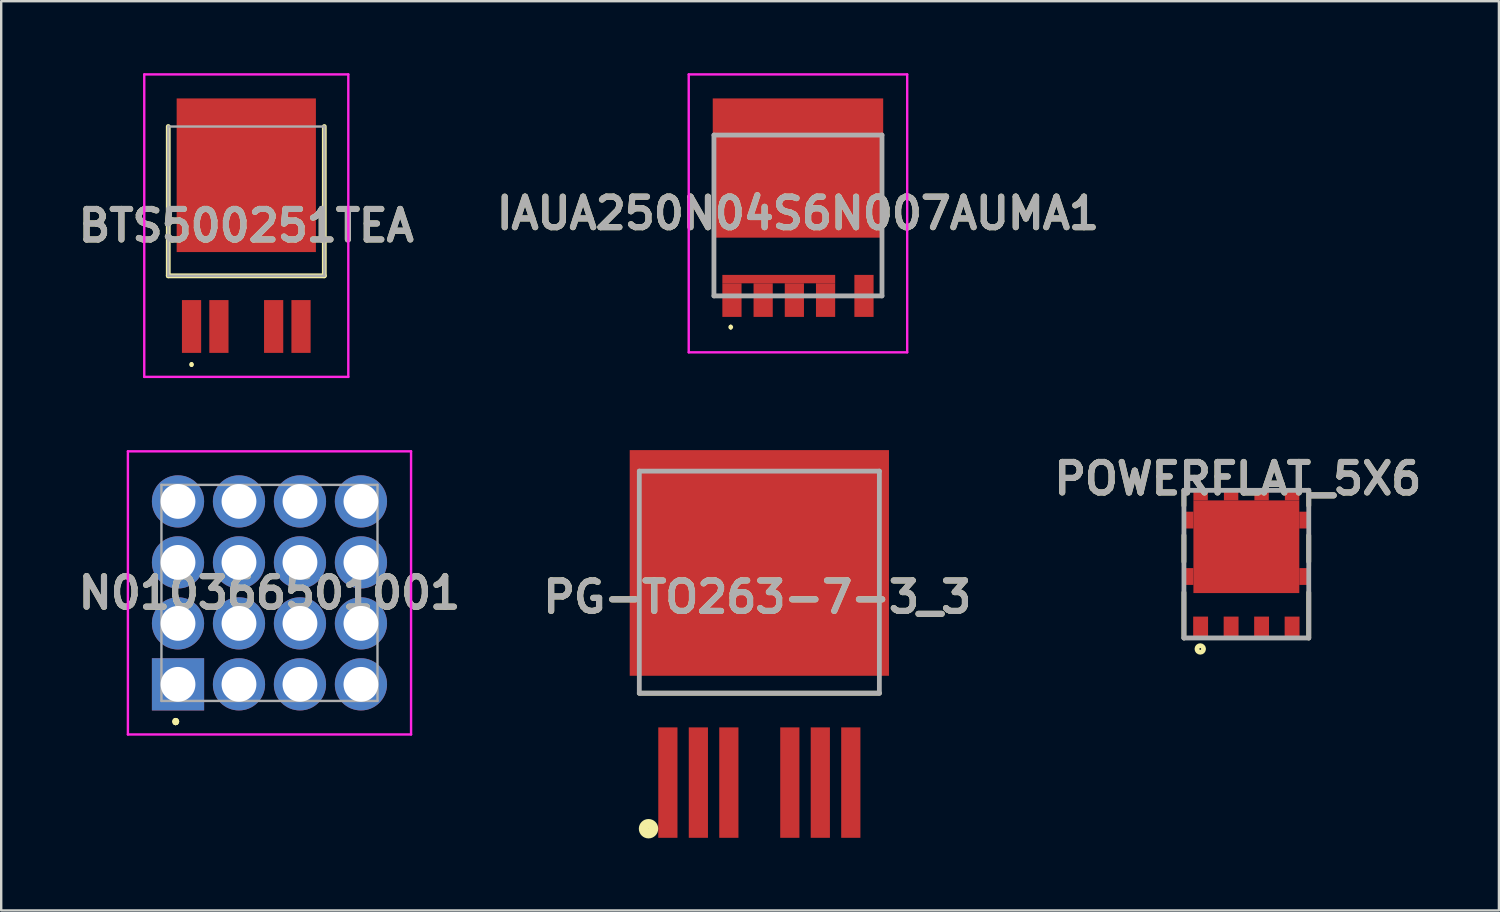
<source format=kicad_pcb>
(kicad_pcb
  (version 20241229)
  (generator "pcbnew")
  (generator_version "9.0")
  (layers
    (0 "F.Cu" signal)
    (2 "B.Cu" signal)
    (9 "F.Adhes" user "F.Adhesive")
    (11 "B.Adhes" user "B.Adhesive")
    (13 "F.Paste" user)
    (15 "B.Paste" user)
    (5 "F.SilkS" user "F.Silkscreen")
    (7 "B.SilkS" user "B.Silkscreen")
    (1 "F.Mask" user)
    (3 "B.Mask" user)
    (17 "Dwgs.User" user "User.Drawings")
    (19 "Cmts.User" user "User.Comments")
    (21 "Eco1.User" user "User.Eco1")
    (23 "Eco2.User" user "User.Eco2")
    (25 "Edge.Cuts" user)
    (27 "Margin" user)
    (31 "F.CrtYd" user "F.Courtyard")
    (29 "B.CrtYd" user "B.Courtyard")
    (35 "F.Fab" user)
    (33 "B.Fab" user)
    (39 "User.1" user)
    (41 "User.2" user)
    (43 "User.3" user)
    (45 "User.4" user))
  (footprint "N010366501001"
    (layer "F.Cu")
    (at 4.365 25.457)
    (property "Reference" "N010366501001" (at 3.811 -3.81 0) (layer "F.SilkS") (effects (font (size 1.27 1.27) (thickness 0.254))))
    (attr through_hole)
    (fp_line (start -0.1 1.5) (end -0.1 1.5) (stroke (width 0.2) (type solid)) (layer "F.SilkS"))
    (fp_line (start -0.1 1.6) (end -0.1 1.6) (stroke (width 0.2) (type solid)) (layer "F.SilkS"))
    (fp_line (start -0.1 1.6) (end -0.1 1.6) (stroke (width 0.2) (type solid)) (layer "F.SilkS"))
    (fp_arc (start -0.1 1.5) (mid -0.05 1.55) (end -0.1 1.6) (stroke (width 0.2) (type solid)) (layer "F.SilkS"))
    (fp_arc (start -0.1 1.5) (mid -0.05 1.55) (end -0.1 1.6) (stroke (width 0.2) (type solid)) (layer "F.SilkS"))
    (fp_arc (start -0.1 1.6) (mid -0.15 1.55) (end -0.1 1.5) (stroke (width 0.2) (type solid)) (layer "F.SilkS"))
    (fp_line (start -2.087 -9.707) (end 9.708 -9.707) (stroke (width 0.1) (type solid)) (layer "F.CrtYd"))
    (fp_line (start -2.087 2.088) (end -2.087 -9.707) (stroke (width 0.1) (type solid)) (layer "F.CrtYd"))
    (fp_line (start 9.708 -9.707) (end 9.708 2.088) (stroke (width 0.1) (type solid)) (layer "F.CrtYd"))
    (fp_line (start 9.708 2.088) (end -2.087 2.088) (stroke (width 0.1) (type solid)) (layer "F.CrtYd"))
    (fp_line (start -0.69 -8.31) (end -0.69 0.69) (stroke (width 0.1) (type solid)) (layer "F.Fab"))
    (fp_line (start -0.69 0.69) (end 8.31 0.69) (stroke (width 0.1) (type solid)) (layer "F.Fab"))
    (fp_line (start 8.31 -8.31) (end -0.69 -8.31) (stroke (width 0.1) (type solid)) (layer "F.Fab"))
    (fp_line (start 8.31 0.69) (end 8.31 -8.31) (stroke (width 0.1) (type solid)) (layer "F.Fab"))
    (fp_text user "${REFERENCE}" (at 3.811 -3.81 0) (layer "F.Fab") (effects (font (size 1.27 1.27) (thickness 0.254))))
    (pad "1" thru_hole rect (at 0 0) (size 2.175 2.175) (drill 1.45) (layers "*.Cu" "*.Mask"))
    (pad "2" thru_hole circle (at 2.54 0) (size 2.175 2.175) (drill 1.45) (layers "*.Cu" "*.Mask"))
    (pad "3" thru_hole circle (at 5.08 0) (size 2.175 2.175) (drill 1.45) (layers "*.Cu" "*.Mask"))
    (pad "4" thru_hole circle (at 7.62 0) (size 2.175 2.175) (drill 1.45) (layers "*.Cu" "*.Mask"))
    (pad "5" thru_hole circle (at 0 -2.54) (size 2.175 2.175) (drill 1.45) (layers "*.Cu" "*.Mask"))
    (pad "6" thru_hole circle (at 2.54 -2.54) (size 2.175 2.175) (drill 1.45) (layers "*.Cu" "*.Mask"))
    (pad "7" thru_hole circle (at 5.08 -2.54) (size 2.175 2.175) (drill 1.45) (layers "*.Cu" "*.Mask"))
    (pad "8" thru_hole circle (at 7.62 -2.54) (size 2.175 2.175) (drill 1.45) (layers "*.Cu" "*.Mask"))
    (pad "9" thru_hole circle (at 0 -5.08) (size 2.175 2.175) (drill 1.45) (layers "*.Cu" "*.Mask"))
    (pad "10" thru_hole circle (at 2.54 -5.08) (size 2.175 2.175) (drill 1.45) (layers "*.Cu" "*.Mask"))
    (pad "11" thru_hole circle (at 5.08 -5.08) (size 2.175 2.175) (drill 1.45) (layers "*.Cu" "*.Mask"))
    (pad "12" thru_hole circle (at 7.62 -5.08) (size 2.175 2.175) (drill 1.45) (layers "*.Cu" "*.Mask"))
    (pad "13" thru_hole circle (at 0 -7.62) (size 2.175 2.175) (drill 1.45) (layers "*.Cu" "*.Mask"))
    (pad "14" thru_hole circle (at 2.54 -7.62) (size 2.175 2.175) (drill 1.45) (layers "*.Cu" "*.Mask"))
    (pad "15" thru_hole circle (at 5.08 -7.62) (size 2.175 2.175) (drill 1.45) (layers "*.Cu" "*.Mask"))
    (pad "16" thru_hole circle (at 7.62 -7.62) (size 2.175 2.175) (drill 1.45) (layers "*.Cu" "*.Mask")))
  (footprint "POWERFLAT_5X6"
    (layer "F.Cu")
    (at 48.868 20.45)
    (property "Reference" "POWERFLAT_5X6" (at -0.353 -3.561 0) (layer "F.SilkS") (effects (font (size 1.27 1.27) (thickness 0.254))))
    (attr smd)
    (fp_line (start -2.6 -3.075) (end -2.6 -2.44) (stroke (width 0.2) (type solid)) (layer "F.SilkS"))
    (fp_line (start -2.6 -0.1) (end -2.6 -1.2) (stroke (width 0.2) (type solid)) (layer "F.SilkS"))
    (fp_line (start -2.6 3.075) (end -2.6 1.179) (stroke (width 0.2) (type solid)) (layer "F.SilkS"))
    (fp_line (start 2.6 -3.075) (end 2.6 -2.44) (stroke (width 0.2) (type solid)) (layer "F.SilkS"))
    (fp_line (start 2.6 -0.1) (end 2.6 -1.2) (stroke (width 0.2) (type solid)) (layer "F.SilkS"))
    (fp_line (start 2.6 3.075) (end 2.6 1.179) (stroke (width 0.2) (type solid)) (layer "F.SilkS"))
    (fp_circle (center -1.92 3.533) (end -1.92 3.57) (stroke (width 0.2) (type solid)) (fill no) (layer "F.SilkS"))
    (fp_line (start -2.6 -3.075) (end 2.6 -3.075) (stroke (width 0.2) (type solid)) (layer "F.Fab"))
    (fp_line (start -2.6 3.075) (end -2.6 -3.075) (stroke (width 0.2) (type solid)) (layer "F.Fab"))
    (fp_line (start 2.6 -3.075) (end 2.6 3.075) (stroke (width 0.2) (type solid)) (layer "F.Fab"))
    (fp_line (start 2.6 3.075) (end -2.6 3.075) (stroke (width 0.2) (type solid)) (layer "F.Fab"))
    (fp_text user "${REFERENCE}" (at -0.353 -3.561 0) (layer "F.Fab") (effects (font (size 1.27 1.27) (thickness 0.254))))
    (pad "1" smd rect (at -1.905 2.655) (size 0.62 0.94) (layers "F.Cu" "F.Mask" "F.Paste"))
    (pad "2" smd rect (at -0.635 2.655) (size 0.62 0.94) (layers "F.Cu" "F.Mask" "F.Paste"))
    (pad "3" smd rect (at 0.635 2.655) (size 0.62 0.94) (layers "F.Cu" "F.Mask" "F.Paste"))
    (pad "4" smd rect (at 1.905 2.655) (size 0.62 0.94) (layers "F.Cu" "F.Mask" "F.Paste"))
    (pad "5" smd rect (at 1.905 -2.89 90) (size 0.47 0.6) (layers "F.Cu" "F.Mask" "F.Paste"))
    (pad "6" smd rect (at 0.635 -2.89 90) (size 0.47 0.6) (layers "F.Cu" "F.Mask" "F.Paste"))
    (pad "7" smd rect (at -0.635 -2.89 90) (size 0.47 0.6) (layers "F.Cu" "F.Mask" "F.Paste"))
    (pad "8" smd rect (at -1.905 -2.89 90) (size 0.47 0.6) (layers "F.Cu" "F.Mask" "F.Paste"))
    (pad "9" smd rect (at -2.44 -1.835) (size 0.47 0.7) (layers "F.Cu" "F.Mask" "F.Paste"))
    (pad "10" smd rect (at -2.44 0.515) (size 0.47 0.7) (layers "F.Cu" "F.Mask" "F.Paste"))
    (pad "11" smd rect (at 0 -0.725 90) (size 3.86 4.41) (layers "F.Cu" "F.Mask" "F.Paste"))
    (pad "12" smd rect (at 2.44 -1.835) (size 0.47 0.7) (layers "F.Cu" "F.Mask" "F.Paste"))
    (pad "13" smd rect (at 2.44 0.515) (size 0.47 0.7) (layers "F.Cu" "F.Mask" "F.Paste")))
  (footprint "BTS500251TEA"
    (layer "F.Cu")
    (at 7.209 6.385)
    (property "Reference" "BTS500251TEA" (at 0 -0.035 0) (layer "F.SilkS") (effects (font (size 1.27 1.27) (thickness 0.254))))
    (attr smd)
    (fp_line (start -3.25 -4.165) (end -3.25 2.055) (stroke (width 0.2) (type solid)) (layer "F.SilkS"))
    (fp_line (start -3.25 2.055) (end 3.25 2.055) (stroke (width 0.2) (type solid)) (layer "F.SilkS"))
    (fp_line (start -2.28 5.7) (end -2.28 5.7) (stroke (width 0.1) (type solid)) (layer "F.SilkS"))
    (fp_line (start -2.28 5.8) (end -2.28 5.8) (stroke (width 0.1) (type solid)) (layer "F.SilkS"))
    (fp_line (start 3.25 2.055) (end 3.25 -4.165) (stroke (width 0.2) (type solid)) (layer "F.SilkS"))
    (fp_arc (start -2.28 5.7) (mid -2.23 5.75) (end -2.28 5.8) (stroke (width 0.1) (type solid)) (layer "F.SilkS"))
    (fp_arc (start -2.28 5.8) (mid -2.33 5.75) (end -2.28 5.7) (stroke (width 0.1) (type solid)) (layer "F.SilkS"))
    (fp_line (start -4.25 -6.335) (end 4.25 -6.335) (stroke (width 0.1) (type solid)) (layer "F.CrtYd"))
    (fp_line (start -4.25 6.265) (end -4.25 -6.335) (stroke (width 0.1) (type solid)) (layer "F.CrtYd"))
    (fp_line (start 4.25 -6.335) (end 4.25 6.265) (stroke (width 0.1) (type solid)) (layer "F.CrtYd"))
    (fp_line (start 4.25 6.265) (end -4.25 6.265) (stroke (width 0.1) (type solid)) (layer "F.CrtYd"))
    (fp_line (start -3.25 -4.165) (end -3.25 2.055) (stroke (width 0.1) (type solid)) (layer "F.Fab"))
    (fp_line (start -3.25 2.055) (end 3.25 2.055) (stroke (width 0.1) (type solid)) (layer "F.Fab"))
    (fp_line (start 3.25 -4.165) (end -3.25 -4.165) (stroke (width 0.1) (type solid)) (layer "F.Fab"))
    (fp_line (start 3.25 2.055) (end 3.25 -4.165) (stroke (width 0.1) (type solid)) (layer "F.Fab"))
    (fp_text user "${REFERENCE}" (at 0 -0.035 0) (layer "F.Fab") (effects (font (size 1.27 1.27) (thickness 0.254))))
    (pad "1" smd rect (at -2.28 4.165) (size 0.8 2.2) (layers "F.Cu" "F.Mask" "F.Paste"))
    (pad "2" smd rect (at -1.14 4.165) (size 0.8 2.2) (layers "F.Cu" "F.Mask" "F.Paste"))
    (pad "3" smd rect (at 0 -2.135) (size 5.8 6.4) (layers "F.Cu" "F.Mask" "F.Paste"))
    (pad "4" smd rect (at 1.14 4.165) (size 0.8 2.2) (layers "F.Cu" "F.Mask" "F.Paste"))
    (pad "5" smd rect (at 2.28 4.165) (size 0.8 2.2) (layers "F.Cu" "F.Mask" "F.Paste")))
  (footprint "PG-TO263-7-3_3"
    (layer "F.Cu")
    (at 28.581 20.4)
    (property "Reference" "PG-TO263-7-3_3" (at -0.084 1.425 0) (layer "F.SilkS") (effects (font (size 1.27 1.27) (thickness 0.254))))
    (attr smd)
    (fp_line (start -5 5.425) (end 5 5.425) (stroke (width 0.2) (type solid)) (layer "F.SilkS"))
    (fp_circle (center -4.616 11.071) (end -4.616 11.275) (stroke (width 0.4) (type solid)) (fill no) (layer "F.SilkS"))
    (fp_line (start -5 -3.825) (end 5 -3.825) (stroke (width 0.2) (type solid)) (layer "F.Fab"))
    (fp_line (start -5 5.425) (end -5 -3.825) (stroke (width 0.2) (type solid)) (layer "F.Fab"))
    (fp_line (start 5 -3.825) (end 5 5.425) (stroke (width 0.2) (type solid)) (layer "F.Fab"))
    (fp_line (start 5 5.425) (end -5 5.425) (stroke (width 0.2) (type solid)) (layer "F.Fab"))
    (fp_text user "${REFERENCE}" (at -0.084 1.425 0) (layer "F.Fab") (effects (font (size 1.27 1.27) (thickness 0.254))))
    (pad "1" smd rect (at -3.81 9.15) (size 0.8 4.6) (layers "F.Cu" "F.Mask" "F.Paste"))
    (pad "2" smd rect (at -2.54 9.15) (size 0.8 4.6) (layers "F.Cu" "F.Mask" "F.Paste"))
    (pad "3" smd rect (at -1.27 9.15) (size 0.8 4.6) (layers "F.Cu" "F.Mask" "F.Paste"))
    (pad "5" smd rect (at 1.27 9.15) (size 0.8 4.6) (layers "F.Cu" "F.Mask" "F.Paste"))
    (pad "6" smd rect (at 2.54 9.15) (size 0.8 4.6) (layers "F.Cu" "F.Mask" "F.Paste"))
    (pad "7" smd rect (at 3.81 9.15) (size 0.8 4.6) (layers "F.Cu" "F.Mask" "F.Paste"))
    (pad "8" smd rect (at 0 0 90) (size 9.4 10.8) (layers "F.Cu" "F.Mask" "F.Paste")))
  (footprint "IAUA250N04S6N007AUMA1"
    (layer "F.Cu")
    (at 30.19 6.85)
    (property "Reference" "IAUA250N04S6N007AUMA1" (at 0 -1.012 0) (layer "F.SilkS") (effects (font (size 1.27 1.27) (thickness 0.254))))
    (attr smd)
    (fp_line (start -3.5 0.276) (end -3.5 2.426) (stroke (width 0.1) (type solid)) (layer "F.SilkS"))
    (fp_line (start -2.8 3.676) (end -2.8 3.676) (stroke (width 0.1) (type solid)) (layer "F.SilkS"))
    (fp_line (start -2.8 3.776) (end -2.8 3.776) (stroke (width 0.1) (type solid)) (layer "F.SilkS"))
    (fp_line (start 3.5 0.276) (end 3.5 2.426) (stroke (width 0.1) (type solid)) (layer "F.SilkS"))
    (fp_arc (start -2.8 3.676) (mid -2.75 3.726) (end -2.8 3.776) (stroke (width 0.1) (type solid)) (layer "F.SilkS"))
    (fp_arc (start -2.8 3.776) (mid -2.85 3.726) (end -2.8 3.676) (stroke (width 0.1) (type solid)) (layer "F.SilkS"))
    (fp_line (start -4.55 -6.8) (end 4.55 -6.8) (stroke (width 0.1) (type solid)) (layer "F.CrtYd"))
    (fp_line (start -4.55 4.776) (end -4.55 -6.8) (stroke (width 0.1) (type solid)) (layer "F.CrtYd"))
    (fp_line (start 4.55 -6.8) (end 4.55 4.776) (stroke (width 0.1) (type solid)) (layer "F.CrtYd"))
    (fp_line (start 4.55 4.776) (end -4.55 4.776) (stroke (width 0.1) (type solid)) (layer "F.CrtYd"))
    (fp_line (start -3.5 -4.274) (end 3.5 -4.274) (stroke (width 0.2) (type solid)) (layer "F.Fab"))
    (fp_line (start -3.5 2.426) (end -3.5 -4.274) (stroke (width 0.2) (type solid)) (layer "F.Fab"))
    (fp_line (start 3.5 -4.274) (end 3.5 2.426) (stroke (width 0.2) (type solid)) (layer "F.Fab"))
    (fp_line (start 3.5 2.426) (end -3.5 2.426) (stroke (width 0.2) (type solid)) (layer "F.Fab"))
    (fp_text user "${REFERENCE}" (at 0 -1.012 0) (layer "F.Fab") (effects (font (size 1.27 1.27) (thickness 0.254))))
    (pad "1" smd rect (at -2.75 2.601) (size 0.8 1.4) (layers "F.Cu" "F.Mask" "F.Paste"))
    (pad "2" smd rect (at -1.45 2.601) (size 0.8 1.4) (layers "F.Cu" "F.Mask" "F.Paste"))
    (pad "3" smd rect (at -0.15 2.601) (size 0.8 1.4) (layers "F.Cu" "F.Mask" "F.Paste"))
    (pad "4" smd rect (at 1.15 2.601) (size 0.8 1.4) (layers "F.Cu" "F.Mask" "F.Paste"))
    (pad "5" smd rect (at 2.75 2.426) (size 0.8 1.75) (layers "F.Cu" "F.Mask" "F.Paste"))
    (pad "6" smd rect (at 0 -2.9 90) (size 5.8 7.1) (layers "F.Cu" "F.Mask" "F.Paste"))
    (pad "7" smd rect (at -0.8 1.726 90) (size 0.35 4.7) (layers "F.Cu" "F.Mask" "F.Paste")))
  (gr_rect
    (start -3 -3)
    (end 59.389 34.875)
    (stroke (width 0.1) (type default))
    (fill no)
    (layer "Edge.Cuts")))
</source>
